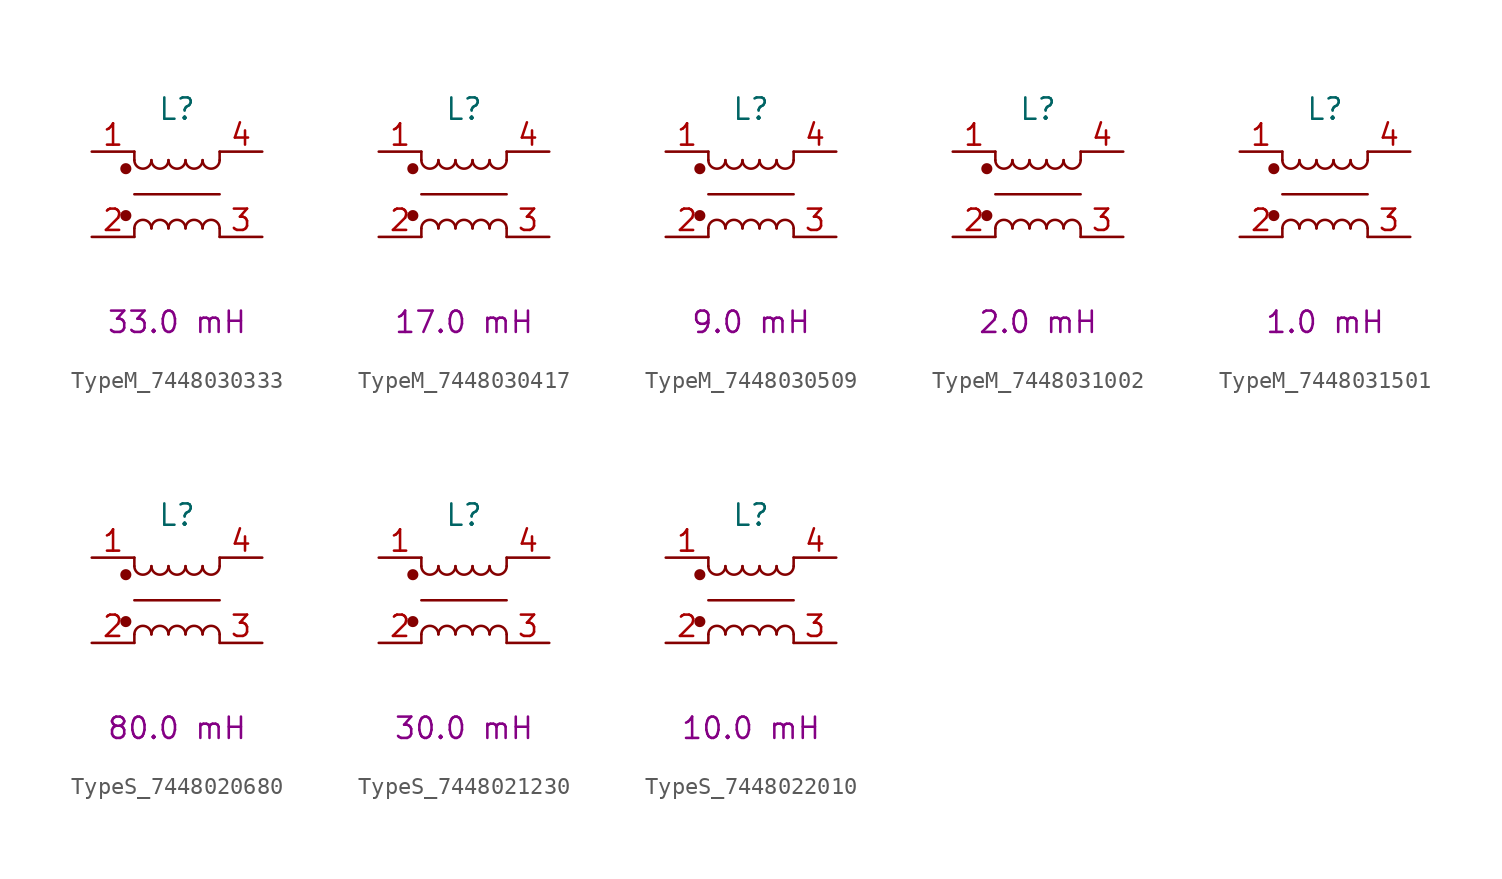
<source format=kicad_sym>
(kicad_symbol_lib
  (version 20220914)
  (generator kicad_symbol_editor)
  (symbol "TypeM_7448030333"
    (pin_names hide)
    (property "Reference" "L"
      (at 0 5.08 0)
      (effects (font (size 1.27 1.27))))
    (property "Critical Parameter" "33.0 mH"
      (at 0 -7.62 0)
      (effects (font (size 1.27 1.27))))
    (symbol "TypeM_7448030333_0_1"
      (circle (center -3.048 -1.27) (radius 0.254) (stroke (width 0) (type default)) (fill (type outline)))
      (circle (center -3.048 1.524) (radius 0.254) (stroke (width 0) (type default)) (fill (type outline)))
      (arc (start -2.54 2.032) (mid -2.032 1.5262) (end -1.524 2.032) (stroke (width 0) (type default)) (fill (type none)))
      (arc (start -1.524 -2.032) (mid -2.032 -1.5262) (end -2.54 -2.032) (stroke (width 0) (type default)) (fill (type none)))
      (arc (start -1.524 2.032) (mid -1.016 1.5262) (end -0.508 2.032) (stroke (width 0) (type default)) (fill (type none)))
      (arc (start -0.508 -2.032) (mid -1.016 -1.5262) (end -1.524 -2.032) (stroke (width 0) (type default)) (fill (type none)))
      (arc (start -0.508 2.032) (mid 0 1.5262) (end 0.508 2.032) (stroke (width 0) (type default)) (fill (type none)))
      (polyline (pts (xy -2.54 -2.032) (xy -2.54 -2.54)) (stroke (width 0) (type default)) (fill (type none)))
      (polyline (pts (xy -2.54 2.032) (xy -2.54 2.54)) (stroke (width 0) (type default)) (fill (type none)))
      (polyline (pts (xy 2.54 -2.032) (xy 2.54 -2.54)) (stroke (width 0) (type default)) (fill (type none)))
      (polyline (pts (xy 2.54 0) (xy -2.54 0)) (stroke (width 0) (type default)) (fill (type none)))
      (polyline (pts (xy 2.54 2.54) (xy 2.54 2.032)) (stroke (width 0) (type default)) (fill (type none)))
      (arc (start 0.508 -2.032) (mid 0 -1.5262) (end -0.508 -2.032) (stroke (width 0) (type default)) (fill (type none)))
      (arc (start 0.508 2.032) (mid 1.016 1.5262) (end 1.524 2.032) (stroke (width 0) (type default)) (fill (type none)))
      (arc (start 1.524 -2.032) (mid 1.016 -1.5262) (end 0.508 -2.032) (stroke (width 0) (type default)) (fill (type none)))
      (arc (start 1.524 2.032) (mid 2.032 1.5262) (end 2.54 2.032) (stroke (width 0) (type default)) (fill (type none)))
      (arc (start 2.54 -2.032) (mid 2.032 -1.5262) (end 1.524 -2.032) (stroke (width 0) (type default)) (fill (type none))))
    (symbol "TypeM_7448030333_1_1"
      (pin passive line (at -5.08 2.54 0) (length 2.54) (name "1" (effects (font (size 1.27 1.27)))) (number "1" (effects (font (size 1.27 1.27)))))
      (pin passive line (at -5.08 -2.54 0) (length 2.54) (name "2" (effects (font (size 1.27 1.27)))) (number "2" (effects (font (size 1.27 1.27)))))
      (pin passive line (at 5.08 -2.54 180) (length 2.54) (name "3" (effects (font (size 1.27 1.27)))) (number "3" (effects (font (size 1.27 1.27)))))
      (pin passive line (at 5.08 2.54 180) (length 2.54) (name "4" (effects (font (size 1.27 1.27)))) (number "4" (effects (font (size 1.27 1.27)))))))
  (symbol "TypeM_7448030417"
    (pin_names hide)
    (property "Reference" "L"
      (at 0 5.08 0)
      (effects (font (size 1.27 1.27))))
    (property "Critical Parameter" "17.0 mH"
      (at 0 -7.62 0)
      (effects (font (size 1.27 1.27))))
    (symbol "TypeM_7448030417_0_1"
      (circle (center -3.048 -1.27) (radius 0.254) (stroke (width 0) (type default)) (fill (type outline)))
      (circle (center -3.048 1.524) (radius 0.254) (stroke (width 0) (type default)) (fill (type outline)))
      (arc (start -2.54 2.032) (mid -2.032 1.5262) (end -1.524 2.032) (stroke (width 0) (type default)) (fill (type none)))
      (arc (start -1.524 -2.032) (mid -2.032 -1.5262) (end -2.54 -2.032) (stroke (width 0) (type default)) (fill (type none)))
      (arc (start -1.524 2.032) (mid -1.016 1.5262) (end -0.508 2.032) (stroke (width 0) (type default)) (fill (type none)))
      (arc (start -0.508 -2.032) (mid -1.016 -1.5262) (end -1.524 -2.032) (stroke (width 0) (type default)) (fill (type none)))
      (arc (start -0.508 2.032) (mid 0 1.5262) (end 0.508 2.032) (stroke (width 0) (type default)) (fill (type none)))
      (polyline (pts (xy -2.54 -2.032) (xy -2.54 -2.54)) (stroke (width 0) (type default)) (fill (type none)))
      (polyline (pts (xy -2.54 2.032) (xy -2.54 2.54)) (stroke (width 0) (type default)) (fill (type none)))
      (polyline (pts (xy 2.54 -2.032) (xy 2.54 -2.54)) (stroke (width 0) (type default)) (fill (type none)))
      (polyline (pts (xy 2.54 0) (xy -2.54 0)) (stroke (width 0) (type default)) (fill (type none)))
      (polyline (pts (xy 2.54 2.54) (xy 2.54 2.032)) (stroke (width 0) (type default)) (fill (type none)))
      (arc (start 0.508 -2.032) (mid 0 -1.5262) (end -0.508 -2.032) (stroke (width 0) (type default)) (fill (type none)))
      (arc (start 0.508 2.032) (mid 1.016 1.5262) (end 1.524 2.032) (stroke (width 0) (type default)) (fill (type none)))
      (arc (start 1.524 -2.032) (mid 1.016 -1.5262) (end 0.508 -2.032) (stroke (width 0) (type default)) (fill (type none)))
      (arc (start 1.524 2.032) (mid 2.032 1.5262) (end 2.54 2.032) (stroke (width 0) (type default)) (fill (type none)))
      (arc (start 2.54 -2.032) (mid 2.032 -1.5262) (end 1.524 -2.032) (stroke (width 0) (type default)) (fill (type none))))
    (symbol "TypeM_7448030417_1_1"
      (pin passive line (at -5.08 2.54 0) (length 2.54) (name "1" (effects (font (size 1.27 1.27)))) (number "1" (effects (font (size 1.27 1.27)))))
      (pin passive line (at -5.08 -2.54 0) (length 2.54) (name "2" (effects (font (size 1.27 1.27)))) (number "2" (effects (font (size 1.27 1.27)))))
      (pin passive line (at 5.08 -2.54 180) (length 2.54) (name "3" (effects (font (size 1.27 1.27)))) (number "3" (effects (font (size 1.27 1.27)))))
      (pin passive line (at 5.08 2.54 180) (length 2.54) (name "4" (effects (font (size 1.27 1.27)))) (number "4" (effects (font (size 1.27 1.27)))))))
  (symbol "TypeM_7448030509"
    (pin_names hide)
    (property "Reference" "L"
      (at 0 5.08 0)
      (effects (font (size 1.27 1.27))))
    (property "Critical Parameter" "9.0 mH"
      (at 0 -7.62 0)
      (effects (font (size 1.27 1.27))))
    (symbol "TypeM_7448030509_0_1"
      (circle (center -3.048 -1.27) (radius 0.254) (stroke (width 0) (type default)) (fill (type outline)))
      (circle (center -3.048 1.524) (radius 0.254) (stroke (width 0) (type default)) (fill (type outline)))
      (arc (start -2.54 2.032) (mid -2.032 1.5262) (end -1.524 2.032) (stroke (width 0) (type default)) (fill (type none)))
      (arc (start -1.524 -2.032) (mid -2.032 -1.5262) (end -2.54 -2.032) (stroke (width 0) (type default)) (fill (type none)))
      (arc (start -1.524 2.032) (mid -1.016 1.5262) (end -0.508 2.032) (stroke (width 0) (type default)) (fill (type none)))
      (arc (start -0.508 -2.032) (mid -1.016 -1.5262) (end -1.524 -2.032) (stroke (width 0) (type default)) (fill (type none)))
      (arc (start -0.508 2.032) (mid 0 1.5262) (end 0.508 2.032) (stroke (width 0) (type default)) (fill (type none)))
      (polyline (pts (xy -2.54 -2.032) (xy -2.54 -2.54)) (stroke (width 0) (type default)) (fill (type none)))
      (polyline (pts (xy -2.54 2.032) (xy -2.54 2.54)) (stroke (width 0) (type default)) (fill (type none)))
      (polyline (pts (xy 2.54 -2.032) (xy 2.54 -2.54)) (stroke (width 0) (type default)) (fill (type none)))
      (polyline (pts (xy 2.54 0) (xy -2.54 0)) (stroke (width 0) (type default)) (fill (type none)))
      (polyline (pts (xy 2.54 2.54) (xy 2.54 2.032)) (stroke (width 0) (type default)) (fill (type none)))
      (arc (start 0.508 -2.032) (mid 0 -1.5262) (end -0.508 -2.032) (stroke (width 0) (type default)) (fill (type none)))
      (arc (start 0.508 2.032) (mid 1.016 1.5262) (end 1.524 2.032) (stroke (width 0) (type default)) (fill (type none)))
      (arc (start 1.524 -2.032) (mid 1.016 -1.5262) (end 0.508 -2.032) (stroke (width 0) (type default)) (fill (type none)))
      (arc (start 1.524 2.032) (mid 2.032 1.5262) (end 2.54 2.032) (stroke (width 0) (type default)) (fill (type none)))
      (arc (start 2.54 -2.032) (mid 2.032 -1.5262) (end 1.524 -2.032) (stroke (width 0) (type default)) (fill (type none))))
    (symbol "TypeM_7448030509_1_1"
      (pin passive line (at -5.08 2.54 0) (length 2.54) (name "1" (effects (font (size 1.27 1.27)))) (number "1" (effects (font (size 1.27 1.27)))))
      (pin passive line (at -5.08 -2.54 0) (length 2.54) (name "2" (effects (font (size 1.27 1.27)))) (number "2" (effects (font (size 1.27 1.27)))))
      (pin passive line (at 5.08 -2.54 180) (length 2.54) (name "3" (effects (font (size 1.27 1.27)))) (number "3" (effects (font (size 1.27 1.27)))))
      (pin passive line (at 5.08 2.54 180) (length 2.54) (name "4" (effects (font (size 1.27 1.27)))) (number "4" (effects (font (size 1.27 1.27)))))))
  (symbol "TypeM_7448031002"
    (pin_names hide)
    (property "Reference" "L"
      (at 0 5.08 0)
      (effects (font (size 1.27 1.27))))
    (property "Critical Parameter" "2.0 mH"
      (at 0 -7.62 0)
      (effects (font (size 1.27 1.27))))
    (symbol "TypeM_7448031002_0_1"
      (circle (center -3.048 -1.27) (radius 0.254) (stroke (width 0) (type default)) (fill (type outline)))
      (circle (center -3.048 1.524) (radius 0.254) (stroke (width 0) (type default)) (fill (type outline)))
      (arc (start -2.54 2.032) (mid -2.032 1.5262) (end -1.524 2.032) (stroke (width 0) (type default)) (fill (type none)))
      (arc (start -1.524 -2.032) (mid -2.032 -1.5262) (end -2.54 -2.032) (stroke (width 0) (type default)) (fill (type none)))
      (arc (start -1.524 2.032) (mid -1.016 1.5262) (end -0.508 2.032) (stroke (width 0) (type default)) (fill (type none)))
      (arc (start -0.508 -2.032) (mid -1.016 -1.5262) (end -1.524 -2.032) (stroke (width 0) (type default)) (fill (type none)))
      (arc (start -0.508 2.032) (mid 0 1.5262) (end 0.508 2.032) (stroke (width 0) (type default)) (fill (type none)))
      (polyline (pts (xy -2.54 -2.032) (xy -2.54 -2.54)) (stroke (width 0) (type default)) (fill (type none)))
      (polyline (pts (xy -2.54 2.032) (xy -2.54 2.54)) (stroke (width 0) (type default)) (fill (type none)))
      (polyline (pts (xy 2.54 -2.032) (xy 2.54 -2.54)) (stroke (width 0) (type default)) (fill (type none)))
      (polyline (pts (xy 2.54 0) (xy -2.54 0)) (stroke (width 0) (type default)) (fill (type none)))
      (polyline (pts (xy 2.54 2.54) (xy 2.54 2.032)) (stroke (width 0) (type default)) (fill (type none)))
      (arc (start 0.508 -2.032) (mid 0 -1.5262) (end -0.508 -2.032) (stroke (width 0) (type default)) (fill (type none)))
      (arc (start 0.508 2.032) (mid 1.016 1.5262) (end 1.524 2.032) (stroke (width 0) (type default)) (fill (type none)))
      (arc (start 1.524 -2.032) (mid 1.016 -1.5262) (end 0.508 -2.032) (stroke (width 0) (type default)) (fill (type none)))
      (arc (start 1.524 2.032) (mid 2.032 1.5262) (end 2.54 2.032) (stroke (width 0) (type default)) (fill (type none)))
      (arc (start 2.54 -2.032) (mid 2.032 -1.5262) (end 1.524 -2.032) (stroke (width 0) (type default)) (fill (type none))))
    (symbol "TypeM_7448031002_1_1"
      (pin passive line (at -5.08 2.54 0) (length 2.54) (name "1" (effects (font (size 1.27 1.27)))) (number "1" (effects (font (size 1.27 1.27)))))
      (pin passive line (at -5.08 -2.54 0) (length 2.54) (name "2" (effects (font (size 1.27 1.27)))) (number "2" (effects (font (size 1.27 1.27)))))
      (pin passive line (at 5.08 -2.54 180) (length 2.54) (name "3" (effects (font (size 1.27 1.27)))) (number "3" (effects (font (size 1.27 1.27)))))
      (pin passive line (at 5.08 2.54 180) (length 2.54) (name "4" (effects (font (size 1.27 1.27)))) (number "4" (effects (font (size 1.27 1.27)))))))
  (symbol "TypeM_7448031501"
    (pin_names hide)
    (property "Reference" "L"
      (at 0 5.08 0)
      (effects (font (size 1.27 1.27))))
    (property "Critical Parameter" "1.0 mH"
      (at 0 -7.62 0)
      (effects (font (size 1.27 1.27))))
    (symbol "TypeM_7448031501_0_1"
      (circle (center -3.048 -1.27) (radius 0.254) (stroke (width 0) (type default)) (fill (type outline)))
      (circle (center -3.048 1.524) (radius 0.254) (stroke (width 0) (type default)) (fill (type outline)))
      (arc (start -2.54 2.032) (mid -2.032 1.5262) (end -1.524 2.032) (stroke (width 0) (type default)) (fill (type none)))
      (arc (start -1.524 -2.032) (mid -2.032 -1.5262) (end -2.54 -2.032) (stroke (width 0) (type default)) (fill (type none)))
      (arc (start -1.524 2.032) (mid -1.016 1.5262) (end -0.508 2.032) (stroke (width 0) (type default)) (fill (type none)))
      (arc (start -0.508 -2.032) (mid -1.016 -1.5262) (end -1.524 -2.032) (stroke (width 0) (type default)) (fill (type none)))
      (arc (start -0.508 2.032) (mid 0 1.5262) (end 0.508 2.032) (stroke (width 0) (type default)) (fill (type none)))
      (polyline (pts (xy -2.54 -2.032) (xy -2.54 -2.54)) (stroke (width 0) (type default)) (fill (type none)))
      (polyline (pts (xy -2.54 2.032) (xy -2.54 2.54)) (stroke (width 0) (type default)) (fill (type none)))
      (polyline (pts (xy 2.54 -2.032) (xy 2.54 -2.54)) (stroke (width 0) (type default)) (fill (type none)))
      (polyline (pts (xy 2.54 0) (xy -2.54 0)) (stroke (width 0) (type default)) (fill (type none)))
      (polyline (pts (xy 2.54 2.54) (xy 2.54 2.032)) (stroke (width 0) (type default)) (fill (type none)))
      (arc (start 0.508 -2.032) (mid 0 -1.5262) (end -0.508 -2.032) (stroke (width 0) (type default)) (fill (type none)))
      (arc (start 0.508 2.032) (mid 1.016 1.5262) (end 1.524 2.032) (stroke (width 0) (type default)) (fill (type none)))
      (arc (start 1.524 -2.032) (mid 1.016 -1.5262) (end 0.508 -2.032) (stroke (width 0) (type default)) (fill (type none)))
      (arc (start 1.524 2.032) (mid 2.032 1.5262) (end 2.54 2.032) (stroke (width 0) (type default)) (fill (type none)))
      (arc (start 2.54 -2.032) (mid 2.032 -1.5262) (end 1.524 -2.032) (stroke (width 0) (type default)) (fill (type none))))
    (symbol "TypeM_7448031501_1_1"
      (pin passive line (at -5.08 2.54 0) (length 2.54) (name "1" (effects (font (size 1.27 1.27)))) (number "1" (effects (font (size 1.27 1.27)))))
      (pin passive line (at -5.08 -2.54 0) (length 2.54) (name "2" (effects (font (size 1.27 1.27)))) (number "2" (effects (font (size 1.27 1.27)))))
      (pin passive line (at 5.08 -2.54 180) (length 2.54) (name "3" (effects (font (size 1.27 1.27)))) (number "3" (effects (font (size 1.27 1.27)))))
      (pin passive line (at 5.08 2.54 180) (length 2.54) (name "4" (effects (font (size 1.27 1.27)))) (number "4" (effects (font (size 1.27 1.27)))))))
  (symbol "TypeS_7448020680"
    (pin_names hide)
    (property "Reference" "L"
      (at 0 5.08 0)
      (effects (font (size 1.27 1.27))))
    (property "Critical Parameter" "80.0 mH"
      (at 0 -7.62 0)
      (effects (font (size 1.27 1.27))))
    (symbol "TypeS_7448020680_0_1"
      (circle (center -3.048 -1.27) (radius 0.254) (stroke (width 0) (type default)) (fill (type outline)))
      (circle (center -3.048 1.524) (radius 0.254) (stroke (width 0) (type default)) (fill (type outline)))
      (arc (start -2.54 2.032) (mid -2.032 1.5262) (end -1.524 2.032) (stroke (width 0) (type default)) (fill (type none)))
      (arc (start -1.524 -2.032) (mid -2.032 -1.5262) (end -2.54 -2.032) (stroke (width 0) (type default)) (fill (type none)))
      (arc (start -1.524 2.032) (mid -1.016 1.5262) (end -0.508 2.032) (stroke (width 0) (type default)) (fill (type none)))
      (arc (start -0.508 -2.032) (mid -1.016 -1.5262) (end -1.524 -2.032) (stroke (width 0) (type default)) (fill (type none)))
      (arc (start -0.508 2.032) (mid 0 1.5262) (end 0.508 2.032) (stroke (width 0) (type default)) (fill (type none)))
      (polyline (pts (xy -2.54 -2.032) (xy -2.54 -2.54)) (stroke (width 0) (type default)) (fill (type none)))
      (polyline (pts (xy -2.54 2.032) (xy -2.54 2.54)) (stroke (width 0) (type default)) (fill (type none)))
      (polyline (pts (xy 2.54 -2.032) (xy 2.54 -2.54)) (stroke (width 0) (type default)) (fill (type none)))
      (polyline (pts (xy 2.54 0) (xy -2.54 0)) (stroke (width 0) (type default)) (fill (type none)))
      (polyline (pts (xy 2.54 2.54) (xy 2.54 2.032)) (stroke (width 0) (type default)) (fill (type none)))
      (arc (start 0.508 -2.032) (mid 0 -1.5262) (end -0.508 -2.032) (stroke (width 0) (type default)) (fill (type none)))
      (arc (start 0.508 2.032) (mid 1.016 1.5262) (end 1.524 2.032) (stroke (width 0) (type default)) (fill (type none)))
      (arc (start 1.524 -2.032) (mid 1.016 -1.5262) (end 0.508 -2.032) (stroke (width 0) (type default)) (fill (type none)))
      (arc (start 1.524 2.032) (mid 2.032 1.5262) (end 2.54 2.032) (stroke (width 0) (type default)) (fill (type none)))
      (arc (start 2.54 -2.032) (mid 2.032 -1.5262) (end 1.524 -2.032) (stroke (width 0) (type default)) (fill (type none))))
    (symbol "TypeS_7448020680_1_1"
      (pin passive line (at -5.08 2.54 0) (length 2.54) (name "1" (effects (font (size 1.27 1.27)))) (number "1" (effects (font (size 1.27 1.27)))))
      (pin passive line (at -5.08 -2.54 0) (length 2.54) (name "2" (effects (font (size 1.27 1.27)))) (number "2" (effects (font (size 1.27 1.27)))))
      (pin passive line (at 5.08 -2.54 180) (length 2.54) (name "3" (effects (font (size 1.27 1.27)))) (number "3" (effects (font (size 1.27 1.27)))))
      (pin passive line (at 5.08 2.54 180) (length 2.54) (name "4" (effects (font (size 1.27 1.27)))) (number "4" (effects (font (size 1.27 1.27)))))))
  (symbol "TypeS_7448021230"
    (pin_names hide)
    (property "Reference" "L"
      (at 0 5.08 0)
      (effects (font (size 1.27 1.27))))
    (property "Critical Parameter" "30.0 mH"
      (at 0 -7.62 0)
      (effects (font (size 1.27 1.27))))
    (symbol "TypeS_7448021230_0_1"
      (circle (center -3.048 -1.27) (radius 0.254) (stroke (width 0) (type default)) (fill (type outline)))
      (circle (center -3.048 1.524) (radius 0.254) (stroke (width 0) (type default)) (fill (type outline)))
      (arc (start -2.54 2.032) (mid -2.032 1.5262) (end -1.524 2.032) (stroke (width 0) (type default)) (fill (type none)))
      (arc (start -1.524 -2.032) (mid -2.032 -1.5262) (end -2.54 -2.032) (stroke (width 0) (type default)) (fill (type none)))
      (arc (start -1.524 2.032) (mid -1.016 1.5262) (end -0.508 2.032) (stroke (width 0) (type default)) (fill (type none)))
      (arc (start -0.508 -2.032) (mid -1.016 -1.5262) (end -1.524 -2.032) (stroke (width 0) (type default)) (fill (type none)))
      (arc (start -0.508 2.032) (mid 0 1.5262) (end 0.508 2.032) (stroke (width 0) (type default)) (fill (type none)))
      (polyline (pts (xy -2.54 -2.032) (xy -2.54 -2.54)) (stroke (width 0) (type default)) (fill (type none)))
      (polyline (pts (xy -2.54 2.032) (xy -2.54 2.54)) (stroke (width 0) (type default)) (fill (type none)))
      (polyline (pts (xy 2.54 -2.032) (xy 2.54 -2.54)) (stroke (width 0) (type default)) (fill (type none)))
      (polyline (pts (xy 2.54 0) (xy -2.54 0)) (stroke (width 0) (type default)) (fill (type none)))
      (polyline (pts (xy 2.54 2.54) (xy 2.54 2.032)) (stroke (width 0) (type default)) (fill (type none)))
      (arc (start 0.508 -2.032) (mid 0 -1.5262) (end -0.508 -2.032) (stroke (width 0) (type default)) (fill (type none)))
      (arc (start 0.508 2.032) (mid 1.016 1.5262) (end 1.524 2.032) (stroke (width 0) (type default)) (fill (type none)))
      (arc (start 1.524 -2.032) (mid 1.016 -1.5262) (end 0.508 -2.032) (stroke (width 0) (type default)) (fill (type none)))
      (arc (start 1.524 2.032) (mid 2.032 1.5262) (end 2.54 2.032) (stroke (width 0) (type default)) (fill (type none)))
      (arc (start 2.54 -2.032) (mid 2.032 -1.5262) (end 1.524 -2.032) (stroke (width 0) (type default)) (fill (type none))))
    (symbol "TypeS_7448021230_1_1"
      (pin passive line (at -5.08 2.54 0) (length 2.54) (name "1" (effects (font (size 1.27 1.27)))) (number "1" (effects (font (size 1.27 1.27)))))
      (pin passive line (at -5.08 -2.54 0) (length 2.54) (name "2" (effects (font (size 1.27 1.27)))) (number "2" (effects (font (size 1.27 1.27)))))
      (pin passive line (at 5.08 -2.54 180) (length 2.54) (name "3" (effects (font (size 1.27 1.27)))) (number "3" (effects (font (size 1.27 1.27)))))
      (pin passive line (at 5.08 2.54 180) (length 2.54) (name "4" (effects (font (size 1.27 1.27)))) (number "4" (effects (font (size 1.27 1.27)))))))
  (symbol "TypeS_7448022010"
    (pin_names hide)
    (property "Reference" "L"
      (at 0 5.08 0)
      (effects (font (size 1.27 1.27))))
    (property "Critical Parameter" "10.0 mH"
      (at 0 -7.62 0)
      (effects (font (size 1.27 1.27))))
    (symbol "TypeS_7448022010_0_1"
      (circle (center -3.048 -1.27) (radius 0.254) (stroke (width 0) (type default)) (fill (type outline)))
      (circle (center -3.048 1.524) (radius 0.254) (stroke (width 0) (type default)) (fill (type outline)))
      (arc (start -2.54 2.032) (mid -2.032 1.5262) (end -1.524 2.032) (stroke (width 0) (type default)) (fill (type none)))
      (arc (start -1.524 -2.032) (mid -2.032 -1.5262) (end -2.54 -2.032) (stroke (width 0) (type default)) (fill (type none)))
      (arc (start -1.524 2.032) (mid -1.016 1.5262) (end -0.508 2.032) (stroke (width 0) (type default)) (fill (type none)))
      (arc (start -0.508 -2.032) (mid -1.016 -1.5262) (end -1.524 -2.032) (stroke (width 0) (type default)) (fill (type none)))
      (arc (start -0.508 2.032) (mid 0 1.5262) (end 0.508 2.032) (stroke (width 0) (type default)) (fill (type none)))
      (polyline (pts (xy -2.54 -2.032) (xy -2.54 -2.54)) (stroke (width 0) (type default)) (fill (type none)))
      (polyline (pts (xy -2.54 2.032) (xy -2.54 2.54)) (stroke (width 0) (type default)) (fill (type none)))
      (polyline (pts (xy 2.54 -2.032) (xy 2.54 -2.54)) (stroke (width 0) (type default)) (fill (type none)))
      (polyline (pts (xy 2.54 0) (xy -2.54 0)) (stroke (width 0) (type default)) (fill (type none)))
      (polyline (pts (xy 2.54 2.54) (xy 2.54 2.032)) (stroke (width 0) (type default)) (fill (type none)))
      (arc (start 0.508 -2.032) (mid 0 -1.5262) (end -0.508 -2.032) (stroke (width 0) (type default)) (fill (type none)))
      (arc (start 0.508 2.032) (mid 1.016 1.5262) (end 1.524 2.032) (stroke (width 0) (type default)) (fill (type none)))
      (arc (start 1.524 -2.032) (mid 1.016 -1.5262) (end 0.508 -2.032) (stroke (width 0) (type default)) (fill (type none)))
      (arc (start 1.524 2.032) (mid 2.032 1.5262) (end 2.54 2.032) (stroke (width 0) (type default)) (fill (type none)))
      (arc (start 2.54 -2.032) (mid 2.032 -1.5262) (end 1.524 -2.032) (stroke (width 0) (type default)) (fill (type none))))
    (symbol "TypeS_7448022010_1_1"
      (pin passive line (at -5.08 2.54 0) (length 2.54) (name "1" (effects (font (size 1.27 1.27)))) (number "1" (effects (font (size 1.27 1.27)))))
      (pin passive line (at -5.08 -2.54 0) (length 2.54) (name "2" (effects (font (size 1.27 1.27)))) (number "2" (effects (font (size 1.27 1.27)))))
      (pin passive line (at 5.08 -2.54 180) (length 2.54) (name "3" (effects (font (size 1.27 1.27)))) (number "3" (effects (font (size 1.27 1.27)))))
      (pin passive line (at 5.08 2.54 180) (length 2.54) (name "4" (effects (font (size 1.27 1.27)))) (number "4" (effects (font (size 1.27 1.27))))))))
</source>
